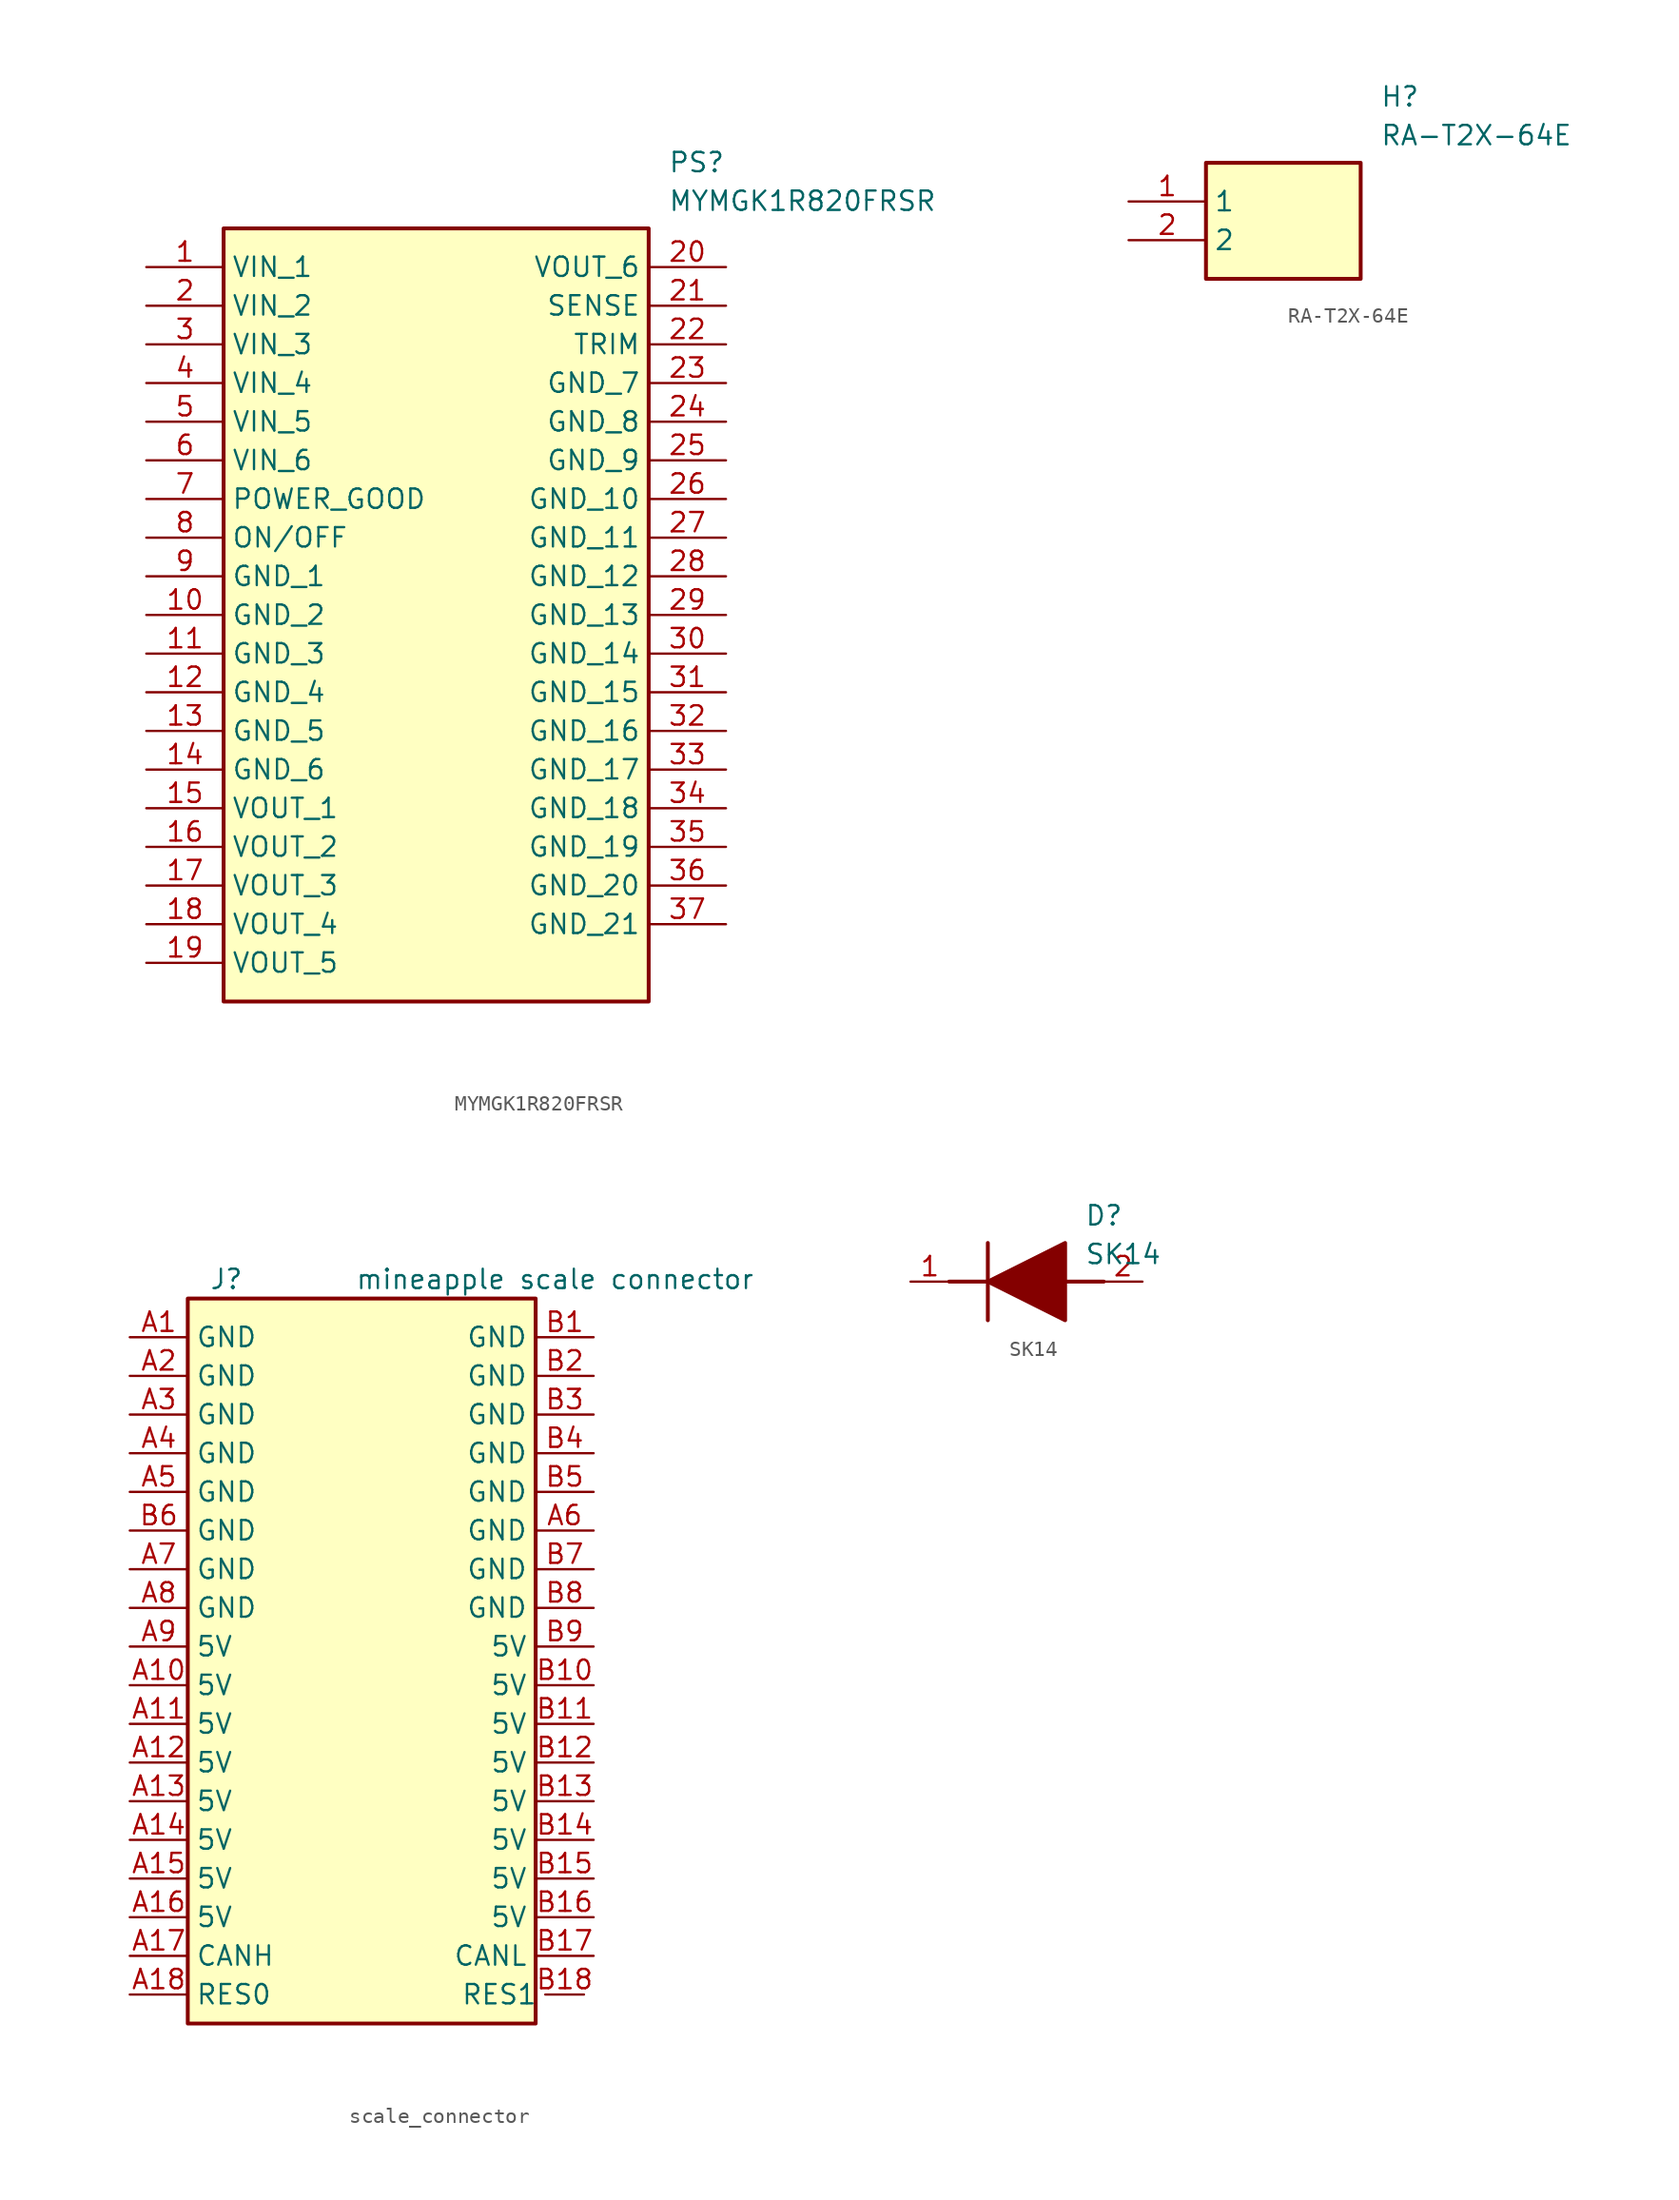
<source format=kicad_sym>
(kicad_symbol_lib
  (version 20220914)
  (generator kicad_symbol_editor)
  (symbol "MYMGK1R820FRSR"
    (property "Reference" "PS"
      (at 34.29 7.62 0)
      (effects (font (size 1.27 1.27)) (justify left top)))
    (property "Value" "MYMGK1R820FRSR"
      (at 34.29 5.08 0)
      (effects (font (size 1.27 1.27)) (justify left top)))
    (symbol "MYMGK1R820FRSR_1_1"
      (rectangle (start 5.08 2.54) (end 33.02 -48.26) (stroke (width 0.254) (type default)) (fill (type background)))
      (pin passive line (at 0 0 0) (length 5.08) (name "VIN_1" (effects (font (size 1.27 1.27)))) (number "1" (effects (font (size 1.27 1.27)))))
      (pin passive line (at 0 -22.86 0) (length 5.08) (name "GND_2" (effects (font (size 1.27 1.27)))) (number "10" (effects (font (size 1.27 1.27)))))
      (pin passive line (at 0 -25.4 0) (length 5.08) (name "GND_3" (effects (font (size 1.27 1.27)))) (number "11" (effects (font (size 1.27 1.27)))))
      (pin passive line (at 0 -27.94 0) (length 5.08) (name "GND_4" (effects (font (size 1.27 1.27)))) (number "12" (effects (font (size 1.27 1.27)))))
      (pin passive line (at 0 -30.48 0) (length 5.08) (name "GND_5" (effects (font (size 1.27 1.27)))) (number "13" (effects (font (size 1.27 1.27)))))
      (pin passive line (at 0 -33.02 0) (length 5.08) (name "GND_6" (effects (font (size 1.27 1.27)))) (number "14" (effects (font (size 1.27 1.27)))))
      (pin passive line (at 0 -35.56 0) (length 5.08) (name "VOUT_1" (effects (font (size 1.27 1.27)))) (number "15" (effects (font (size 1.27 1.27)))))
      (pin passive line (at 0 -38.1 0) (length 5.08) (name "VOUT_2" (effects (font (size 1.27 1.27)))) (number "16" (effects (font (size 1.27 1.27)))))
      (pin passive line (at 0 -40.64 0) (length 5.08) (name "VOUT_3" (effects (font (size 1.27 1.27)))) (number "17" (effects (font (size 1.27 1.27)))))
      (pin passive line (at 0 -43.18 0) (length 5.08) (name "VOUT_4" (effects (font (size 1.27 1.27)))) (number "18" (effects (font (size 1.27 1.27)))))
      (pin passive line (at 0 -45.72 0) (length 5.08) (name "VOUT_5" (effects (font (size 1.27 1.27)))) (number "19" (effects (font (size 1.27 1.27)))))
      (pin passive line (at 0 -2.54 0) (length 5.08) (name "VIN_2" (effects (font (size 1.27 1.27)))) (number "2" (effects (font (size 1.27 1.27)))))
      (pin passive line (at 38.1 0 180) (length 5.08) (name "VOUT_6" (effects (font (size 1.27 1.27)))) (number "20" (effects (font (size 1.27 1.27)))))
      (pin passive line (at 38.1 -2.54 180) (length 5.08) (name "SENSE" (effects (font (size 1.27 1.27)))) (number "21" (effects (font (size 1.27 1.27)))))
      (pin passive line (at 38.1 -5.08 180) (length 5.08) (name "TRIM" (effects (font (size 1.27 1.27)))) (number "22" (effects (font (size 1.27 1.27)))))
      (pin passive line (at 38.1 -7.62 180) (length 5.08) (name "GND_7" (effects (font (size 1.27 1.27)))) (number "23" (effects (font (size 1.27 1.27)))))
      (pin passive line (at 38.1 -10.16 180) (length 5.08) (name "GND_8" (effects (font (size 1.27 1.27)))) (number "24" (effects (font (size 1.27 1.27)))))
      (pin passive line (at 38.1 -12.7 180) (length 5.08) (name "GND_9" (effects (font (size 1.27 1.27)))) (number "25" (effects (font (size 1.27 1.27)))))
      (pin passive line (at 38.1 -15.24 180) (length 5.08) (name "GND_10" (effects (font (size 1.27 1.27)))) (number "26" (effects (font (size 1.27 1.27)))))
      (pin passive line (at 38.1 -17.78 180) (length 5.08) (name "GND_11" (effects (font (size 1.27 1.27)))) (number "27" (effects (font (size 1.27 1.27)))))
      (pin passive line (at 38.1 -20.32 180) (length 5.08) (name "GND_12" (effects (font (size 1.27 1.27)))) (number "28" (effects (font (size 1.27 1.27)))))
      (pin passive line (at 38.1 -22.86 180) (length 5.08) (name "GND_13" (effects (font (size 1.27 1.27)))) (number "29" (effects (font (size 1.27 1.27)))))
      (pin passive line (at 0 -5.08 0) (length 5.08) (name "VIN_3" (effects (font (size 1.27 1.27)))) (number "3" (effects (font (size 1.27 1.27)))))
      (pin passive line (at 38.1 -25.4 180) (length 5.08) (name "GND_14" (effects (font (size 1.27 1.27)))) (number "30" (effects (font (size 1.27 1.27)))))
      (pin passive line (at 38.1 -27.94 180) (length 5.08) (name "GND_15" (effects (font (size 1.27 1.27)))) (number "31" (effects (font (size 1.27 1.27)))))
      (pin passive line (at 38.1 -30.48 180) (length 5.08) (name "GND_16" (effects (font (size 1.27 1.27)))) (number "32" (effects (font (size 1.27 1.27)))))
      (pin passive line (at 38.1 -33.02 180) (length 5.08) (name "GND_17" (effects (font (size 1.27 1.27)))) (number "33" (effects (font (size 1.27 1.27)))))
      (pin passive line (at 38.1 -35.56 180) (length 5.08) (name "GND_18" (effects (font (size 1.27 1.27)))) (number "34" (effects (font (size 1.27 1.27)))))
      (pin passive line (at 38.1 -38.1 180) (length 5.08) (name "GND_19" (effects (font (size 1.27 1.27)))) (number "35" (effects (font (size 1.27 1.27)))))
      (pin passive line (at 38.1 -40.64 180) (length 5.08) (name "GND_20" (effects (font (size 1.27 1.27)))) (number "36" (effects (font (size 1.27 1.27)))))
      (pin passive line (at 38.1 -43.18 180) (length 5.08) (name "GND_21" (effects (font (size 1.27 1.27)))) (number "37" (effects (font (size 1.27 1.27)))))
      (pin passive line (at 0 -7.62 0) (length 5.08) (name "VIN_4" (effects (font (size 1.27 1.27)))) (number "4" (effects (font (size 1.27 1.27)))))
      (pin passive line (at 0 -10.16 0) (length 5.08) (name "VIN_5" (effects (font (size 1.27 1.27)))) (number "5" (effects (font (size 1.27 1.27)))))
      (pin passive line (at 0 -12.7 0) (length 5.08) (name "VIN_6" (effects (font (size 1.27 1.27)))) (number "6" (effects (font (size 1.27 1.27)))))
      (pin passive line (at 0 -15.24 0) (length 5.08) (name "POWER_GOOD" (effects (font (size 1.27 1.27)))) (number "7" (effects (font (size 1.27 1.27)))))
      (pin passive line (at 0 -17.78 0) (length 5.08) (name "ON/OFF" (effects (font (size 1.27 1.27)))) (number "8" (effects (font (size 1.27 1.27)))))
      (pin passive line (at 0 -20.32 0) (length 5.08) (name "GND_1" (effects (font (size 1.27 1.27)))) (number "9" (effects (font (size 1.27 1.27)))))))
  (symbol "RA-T2X-64E"
    (property "Reference" "H"
      (at 16.51 7.62 0)
      (effects (font (size 1.27 1.27)) (justify left top)))
    (property "Value" "RA-T2X-64E"
      (at 16.51 5.08 0)
      (effects (font (size 1.27 1.27)) (justify left top)))
    (symbol "RA-T2X-64E_1_1"
      (rectangle (start 5.08 2.54) (end 15.24 -5.08) (stroke (width 0.254) (type default)) (fill (type background)))
      (pin passive line (at 0 0 0) (length 5.08) (name "1" (effects (font (size 1.27 1.27)))) (number "1" (effects (font (size 1.27 1.27)))))
      (pin passive line (at 0 -2.54 0) (length 5.08) (name "2" (effects (font (size 1.27 1.27)))) (number "2" (effects (font (size 1.27 1.27)))))))
  (symbol "scale_connector"
    (property "Reference" "J"
      (at -8.89 22.86 0)
      (effects (font (size 1.27 1.27))))
    (property "Value" "mineapple scale connector"
      (at 12.7 22.86 0)
      (effects (font (size 1.27 1.27))))
    (symbol "scale_connector_0_1"
      (rectangle (start -11.43 21.59) (end 11.43 -26.035) (stroke (width 0.254) (type default)) (fill (type background))))
    (symbol "scale_connector_1_0"
      (pin bidirectional line (at 14.605 -24.13 180) (length 2.54) (name "RES1" (effects (font (size 1.27 1.27)))) (number "B18" (effects (font (size 1.27 1.27))))))
    (symbol "scale_connector_1_1"
      (pin power_in line (at -15.24 19.05 0) (length 3.81) (name "GND" (effects (font (size 1.27 1.27)))) (number "A1" (effects (font (size 1.27 1.27)))))
      (pin power_in line (at -15.24 -3.81 0) (length 3.81) (name "5V" (effects (font (size 1.27 1.27)))) (number "A10" (effects (font (size 1.27 1.27)))) (alternate "A10" power_in line) (alternate "A11" power_in line) (alternate "A12" power_in line) (alternate "A13" power_in line) (alternate "A14" power_in line) (alternate "A15" power_in line) (alternate "A16" power_in line) (alternate "B10" power_in line) (alternate "B11" power_in line) (alternate "B12" power_in line) (alternate "B13" power_in line) (alternate "B14" power_in line) (alternate "B15" power_in line) (alternate "B16" power_in line) (alternate "B9" power_in line))
      (pin power_in line (at -15.24 -6.35 0) (length 3.81) (name "5V" (effects (font (size 1.27 1.27)))) (number "A11" (effects (font (size 1.27 1.27)))) (alternate "A10" power_in line) (alternate "A11" power_in line) (alternate "A12" power_in line) (alternate "A13" power_in line) (alternate "A14" power_in line) (alternate "A15" power_in line) (alternate "A16" power_in line) (alternate "B10" power_in line) (alternate "B11" power_in line) (alternate "B12" power_in line) (alternate "B13" power_in line) (alternate "B14" power_in line) (alternate "B15" power_in line) (alternate "B16" power_in line) (alternate "B9" power_in line))
      (pin power_in line (at -15.24 -8.89 0) (length 3.81) (name "5V" (effects (font (size 1.27 1.27)))) (number "A12" (effects (font (size 1.27 1.27)))) (alternate "A10" power_in line) (alternate "A11" power_in line) (alternate "A12" power_in line) (alternate "A13" power_in line) (alternate "A14" power_in line) (alternate "A15" power_in line) (alternate "A16" power_in line) (alternate "B10" power_in line) (alternate "B11" power_in line) (alternate "B12" power_in line) (alternate "B13" power_in line) (alternate "B14" power_in line) (alternate "B15" power_in line) (alternate "B16" power_in line) (alternate "B9" power_in line))
      (pin power_in line (at -15.24 -11.43 0) (length 3.81) (name "5V" (effects (font (size 1.27 1.27)))) (number "A13" (effects (font (size 1.27 1.27)))) (alternate "A10" power_in line) (alternate "A11" power_in line) (alternate "A12" power_in line) (alternate "A13" power_in line) (alternate "A14" power_in line) (alternate "A15" power_in line) (alternate "A16" power_in line) (alternate "B10" power_in line) (alternate "B11" power_in line) (alternate "B12" power_in line) (alternate "B13" power_in line) (alternate "B14" power_in line) (alternate "B15" power_in line) (alternate "B16" power_in line) (alternate "B9" power_in line))
      (pin power_in line (at -15.24 -13.97 0) (length 3.81) (name "5V" (effects (font (size 1.27 1.27)))) (number "A14" (effects (font (size 1.27 1.27)))) (alternate "A10" power_in line) (alternate "A11" power_in line) (alternate "A12" power_in line) (alternate "A13" power_in line) (alternate "A14" power_in line) (alternate "A15" power_in line) (alternate "A16" power_in line) (alternate "B10" power_in line) (alternate "B11" power_in line) (alternate "B12" power_in line) (alternate "B13" power_in line) (alternate "B14" power_in line) (alternate "B15" power_in line) (alternate "B16" power_in line) (alternate "B9" power_in line))
      (pin power_in line (at -15.24 -16.51 0) (length 3.81) (name "5V" (effects (font (size 1.27 1.27)))) (number "A15" (effects (font (size 1.27 1.27)))) (alternate "A10" power_in line) (alternate "A11" power_in line) (alternate "A12" power_in line) (alternate "A13" power_in line) (alternate "A14" power_in line) (alternate "A15" power_in line) (alternate "A16" power_in line) (alternate "B10" power_in line) (alternate "B11" power_in line) (alternate "B12" power_in line) (alternate "B13" power_in line) (alternate "B14" power_in line) (alternate "B15" power_in line) (alternate "B16" power_in line) (alternate "B9" power_in line))
      (pin power_in line (at -15.24 -19.05 0) (length 3.81) (name "5V" (effects (font (size 1.27 1.27)))) (number "A16" (effects (font (size 1.27 1.27)))) (alternate "A10" power_in line) (alternate "A11" power_in line) (alternate "A12" power_in line) (alternate "A13" power_in line) (alternate "A14" power_in line) (alternate "A15" power_in line) (alternate "A16" power_in line) (alternate "B10" power_in line) (alternate "B11" power_in line) (alternate "B12" power_in line) (alternate "B13" power_in line) (alternate "B14" power_in line) (alternate "B15" power_in line) (alternate "B16" power_in line) (alternate "B9" power_in line))
      (pin bidirectional line (at -15.24 -21.59 0) (length 3.81) (name "CANH" (effects (font (size 1.27 1.27)))) (number "A17" (effects (font (size 1.27 1.27)))))
      (pin bidirectional line (at -15.24 -24.13 0) (length 3.81) (name "RES0" (effects (font (size 1.27 1.27)))) (number "A18" (effects (font (size 1.27 1.27)))))
      (pin power_in line (at -15.24 16.51 0) (length 3.81) (name "GND" (effects (font (size 1.27 1.27)))) (number "A2" (effects (font (size 1.27 1.27)))))
      (pin power_in line (at -15.24 13.97 0) (length 3.81) (name "GND" (effects (font (size 1.27 1.27)))) (number "A3" (effects (font (size 1.27 1.27)))))
      (pin power_in line (at -15.24 11.43 0) (length 3.81) (name "GND" (effects (font (size 1.27 1.27)))) (number "A4" (effects (font (size 1.27 1.27)))))
      (pin power_in line (at -15.24 8.89 0) (length 3.81) (name "GND" (effects (font (size 1.27 1.27)))) (number "A5" (effects (font (size 1.27 1.27)))))
      (pin power_in line (at 15.24 6.35 180) (length 3.81) (name "GND" (effects (font (size 1.27 1.27)))) (number "A6" (effects (font (size 1.27 1.27)))))
      (pin power_in line (at -15.24 3.81 0) (length 3.81) (name "GND" (effects (font (size 1.27 1.27)))) (number "A7" (effects (font (size 1.27 1.27)))))
      (pin power_in line (at -15.24 1.27 0) (length 3.81) (name "GND" (effects (font (size 1.27 1.27)))) (number "A8" (effects (font (size 1.27 1.27)))))
      (pin power_in line (at -15.24 -1.27 0) (length 3.81) (name "5V" (effects (font (size 1.27 1.27)))) (number "A9" (effects (font (size 1.27 1.27)))))
      (pin power_in line (at 15.24 19.05 180) (length 3.81) (name "GND" (effects (font (size 1.27 1.27)))) (number "B1" (effects (font (size 1.27 1.27)))))
      (pin power_in line (at 15.24 -3.81 180) (length 3.81) (name "5V" (effects (font (size 1.27 1.27)))) (number "B10" (effects (font (size 1.27 1.27)))) (alternate "A10" power_in line) (alternate "A11" power_in line) (alternate "A12" power_in line) (alternate "A13" power_in line) (alternate "A14" power_in line) (alternate "A15" power_in line) (alternate "A16" power_in line) (alternate "B10" power_in line) (alternate "B11" power_in line) (alternate "B12" power_in line) (alternate "B13" power_in line) (alternate "B14" power_in line) (alternate "B15" power_in line) (alternate "B16" power_in line) (alternate "B9" power_in line))
      (pin power_in line (at 15.24 -6.35 180) (length 3.81) (name "5V" (effects (font (size 1.27 1.27)))) (number "B11" (effects (font (size 1.27 1.27)))) (alternate "A10" power_in line) (alternate "A11" power_in line) (alternate "A12" power_in line) (alternate "A13" power_in line) (alternate "A14" power_in line) (alternate "A15" power_in line) (alternate "A16" power_in line) (alternate "B10" power_in line) (alternate "B11" power_in line) (alternate "B12" power_in line) (alternate "B13" power_in line) (alternate "B14" power_in line) (alternate "B15" power_in line) (alternate "B16" power_in line) (alternate "B9" power_in line))
      (pin power_in line (at 15.24 -8.89 180) (length 3.81) (name "5V" (effects (font (size 1.27 1.27)))) (number "B12" (effects (font (size 1.27 1.27)))) (alternate "A10" power_in line) (alternate "A11" power_in line) (alternate "A12" power_in line) (alternate "A13" power_in line) (alternate "A14" power_in line) (alternate "A15" power_in line) (alternate "A16" power_in line) (alternate "B10" power_in line) (alternate "B11" power_in line) (alternate "B12" power_in line) (alternate "B13" power_in line) (alternate "B14" power_in line) (alternate "B15" power_in line) (alternate "B16" power_in line) (alternate "B9" power_in line))
      (pin power_in line (at 15.24 -11.43 180) (length 3.81) (name "5V" (effects (font (size 1.27 1.27)))) (number "B13" (effects (font (size 1.27 1.27)))) (alternate "A10" power_in line) (alternate "A11" power_in line) (alternate "A12" power_in line) (alternate "A13" power_in line) (alternate "A14" power_in line) (alternate "A15" power_in line) (alternate "A16" power_in line) (alternate "B10" power_in line) (alternate "B11" power_in line) (alternate "B12" power_in line) (alternate "B13" power_in line) (alternate "B14" power_in line) (alternate "B15" power_in line) (alternate "B16" power_in line) (alternate "B9" power_in line))
      (pin power_in line (at 15.24 -13.97 180) (length 3.81) (name "5V" (effects (font (size 1.27 1.27)))) (number "B14" (effects (font (size 1.27 1.27)))) (alternate "A10" power_in line) (alternate "A11" power_in line) (alternate "A12" power_in line) (alternate "A13" power_in line) (alternate "A14" power_in line) (alternate "A15" power_in line) (alternate "A16" power_in line) (alternate "B10" power_in line) (alternate "B11" power_in line) (alternate "B12" power_in line) (alternate "B13" power_in line) (alternate "B14" power_in line) (alternate "B15" power_in line) (alternate "B16" power_in line) (alternate "B9" power_in line))
      (pin power_in line (at 15.24 -16.51 180) (length 3.81) (name "5V" (effects (font (size 1.27 1.27)))) (number "B15" (effects (font (size 1.27 1.27)))) (alternate "A10" power_in line) (alternate "A11" power_in line) (alternate "A12" power_in line) (alternate "A13" power_in line) (alternate "A14" power_in line) (alternate "A15" power_in line) (alternate "A16" power_in line) (alternate "B10" power_in line) (alternate "B11" power_in line) (alternate "B12" power_in line) (alternate "B13" power_in line) (alternate "B14" power_in line) (alternate "B15" power_in line) (alternate "B16" power_in line) (alternate "B9" power_in line))
      (pin power_in line (at 15.24 -19.05 180) (length 3.81) (name "5V" (effects (font (size 1.27 1.27)))) (number "B16" (effects (font (size 1.27 1.27)))) (alternate "A10" power_in line) (alternate "A11" power_in line) (alternate "A12" power_in line) (alternate "A13" power_in line) (alternate "A14" power_in line) (alternate "A15" power_in line) (alternate "A16" power_in line) (alternate "B10" power_in line) (alternate "B11" power_in line) (alternate "B12" power_in line) (alternate "B13" power_in line) (alternate "B14" power_in line) (alternate "B15" power_in line) (alternate "B16" power_in line) (alternate "B9" power_in line))
      (pin bidirectional line (at 15.24 -21.59 180) (length 3.81) (name "CANL" (effects (font (size 1.27 1.27)))) (number "B17" (effects (font (size 1.27 1.27)))))
      (pin power_in line (at 15.24 16.51 180) (length 3.81) (name "GND" (effects (font (size 1.27 1.27)))) (number "B2" (effects (font (size 1.27 1.27)))))
      (pin power_in line (at 15.24 13.97 180) (length 3.81) (name "GND" (effects (font (size 1.27 1.27)))) (number "B3" (effects (font (size 1.27 1.27)))))
      (pin power_in line (at 15.24 11.43 180) (length 3.81) (name "GND" (effects (font (size 1.27 1.27)))) (number "B4" (effects (font (size 1.27 1.27)))))
      (pin power_in line (at 15.24 8.89 180) (length 3.81) (name "GND" (effects (font (size 1.27 1.27)))) (number "B5" (effects (font (size 1.27 1.27)))))
      (pin power_in line (at -15.24 6.35 0) (length 3.81) (name "GND" (effects (font (size 1.27 1.27)))) (number "B6" (effects (font (size 1.27 1.27)))))
      (pin power_in line (at 15.24 3.81 180) (length 3.81) (name "GND" (effects (font (size 1.27 1.27)))) (number "B7" (effects (font (size 1.27 1.27)))))
      (pin power_in line (at 15.24 1.27 180) (length 3.81) (name "GND" (effects (font (size 1.27 1.27)))) (number "B8" (effects (font (size 1.27 1.27)))))
      (pin power_in line (at 15.24 -1.27 180) (length 3.81) (name "5V" (effects (font (size 1.27 1.27)))) (number "B9" (effects (font (size 1.27 1.27)))))))
  (symbol "SK14"
    (pin_names hide)
    (property "Reference" "D"
      (at 11.43 5.08 0)
      (effects (font (size 1.27 1.27)) (justify left top)))
    (property "Value" "SK14"
      (at 11.43 2.54 0)
      (effects (font (size 1.27 1.27)) (justify left top)))
    (symbol "SK14_1_1"
      (polyline (pts (xy 2.54 0) (xy 5.08 0)) (stroke (width 0.254) (type default)) (fill (type none)))
      (polyline (pts (xy 5.08 2.54) (xy 5.08 -2.54)) (stroke (width 0.254) (type default)) (fill (type none)))
      (polyline (pts (xy 10.16 0) (xy 12.7 0)) (stroke (width 0.254) (type default)) (fill (type none)))
      (polyline (pts (xy 5.08 0) (xy 10.16 2.54) (xy 10.16 -2.54) (xy 5.08 0)) (stroke (width 0.254) (type default)) (fill (type outline)))
      (pin passive line (at 0 0 0) (length 2.54) (name "K" (effects (font (size 1.27 1.27)))) (number "1" (effects (font (size 1.27 1.27)))))
      (pin passive line (at 15.24 0 180) (length 2.54) (name "A" (effects (font (size 1.27 1.27)))) (number "2" (effects (font (size 1.27 1.27))))))))
</source>
